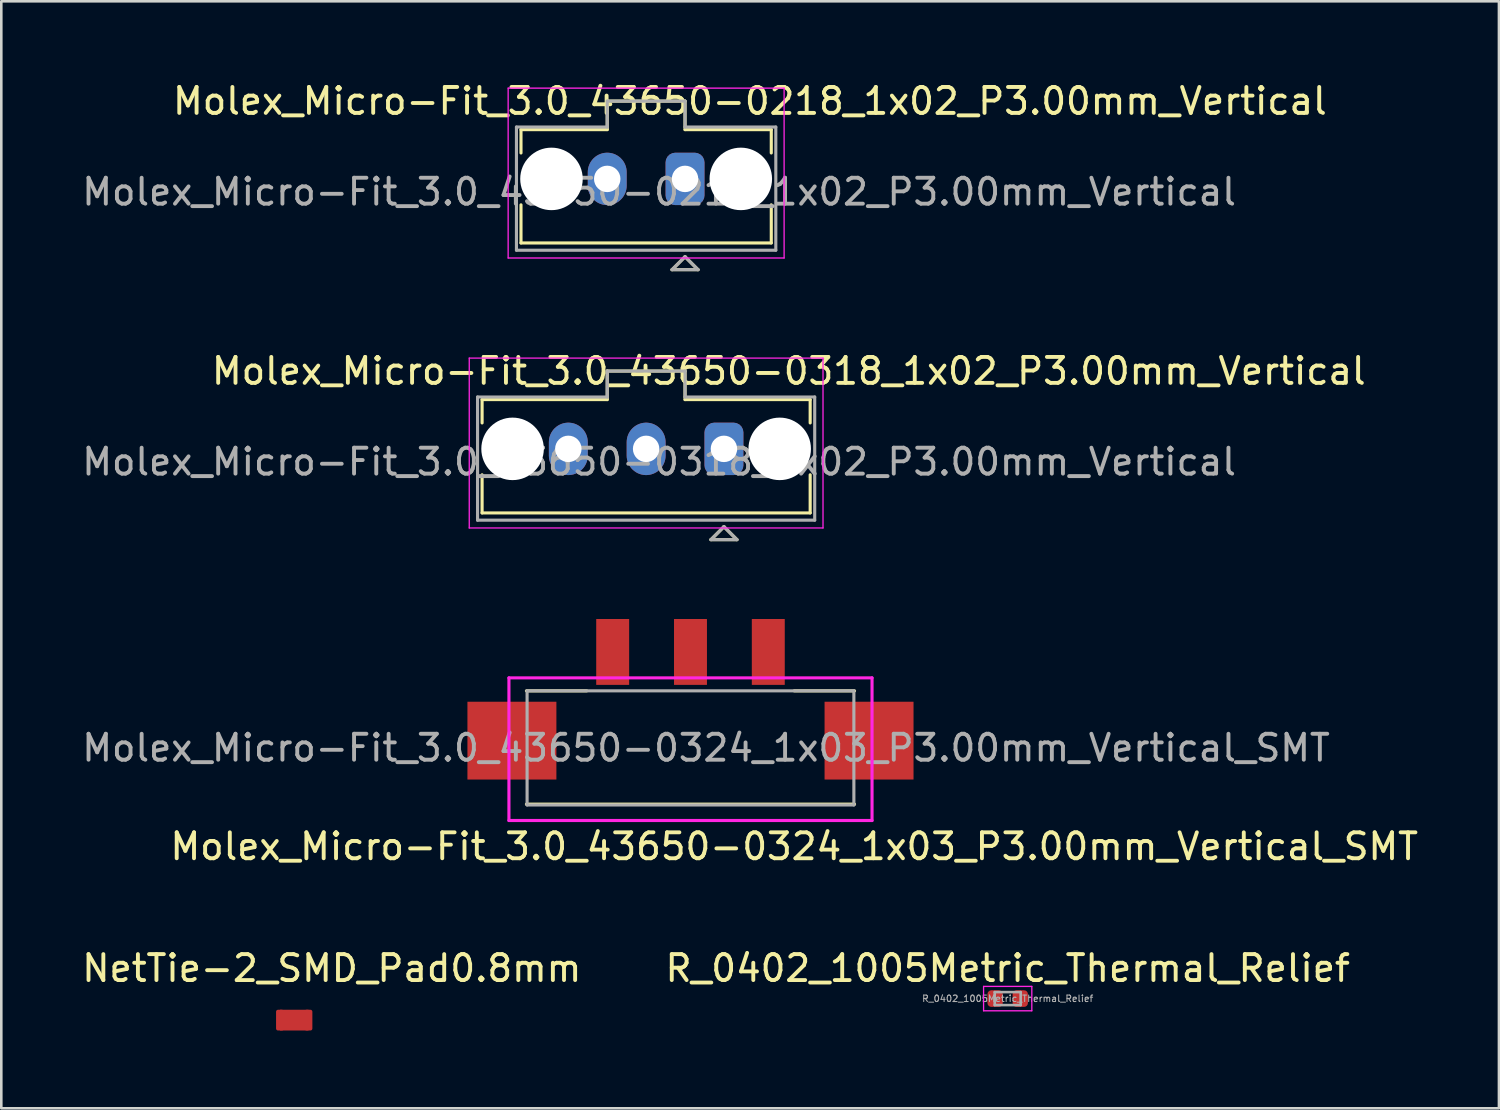
<source format=kicad_pcb>
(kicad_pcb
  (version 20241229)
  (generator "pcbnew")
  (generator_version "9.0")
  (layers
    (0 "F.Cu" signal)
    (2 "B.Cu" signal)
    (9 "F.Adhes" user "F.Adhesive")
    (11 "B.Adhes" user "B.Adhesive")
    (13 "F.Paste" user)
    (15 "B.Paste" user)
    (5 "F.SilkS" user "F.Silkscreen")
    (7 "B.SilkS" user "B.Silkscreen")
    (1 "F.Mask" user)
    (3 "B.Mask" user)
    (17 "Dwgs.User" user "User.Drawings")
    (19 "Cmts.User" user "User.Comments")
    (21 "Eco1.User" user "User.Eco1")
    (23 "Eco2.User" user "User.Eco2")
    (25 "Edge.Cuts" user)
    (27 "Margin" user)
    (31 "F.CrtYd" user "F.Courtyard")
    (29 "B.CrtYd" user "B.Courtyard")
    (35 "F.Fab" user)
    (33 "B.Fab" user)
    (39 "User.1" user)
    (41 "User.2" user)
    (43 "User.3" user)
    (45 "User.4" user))
  (footprint "NetTie-2_SMD_Pad0.8mm"
    (layer "F.Cu")
    (at 9.744 36.283)
    (property "Reference" "NetTie-2_SMD_Pad0.8mm" (at 0 -2 0) (layer "F.SilkS") (effects (font (size 1 1) (thickness 0.15))))
    (attr exclude_from_pos_files exclude_from_bom)
    (fp_poly (pts (xy -2 -0.4) (xy -0.9 -0.4) (xy -0.9 0.4) (xy -2 0.4)) (stroke (width 0) (type solid)) (fill yes) (layer "F.Cu"))
    (pad "1" smd roundrect (at -2 0 90) (size 0.8 0.3) (layers "F.Cu") (roundrect_rratio 0.25))
    (pad "2" smd roundrect (at -0.9 0 90) (size 0.8 0.3) (layers "F.Cu") (roundrect_rratio 0.25)))
  (footprint "Molex_Micro-Fit_3.0_43650-0324_1x03_P3.00mm_Vertical_SMT"
    (layer "F.Cu")
    (at 23.573 22.087)
    (property "Reference" "Molex_Micro-Fit_3.0_43650-0324_1x03_P3.00mm_Vertical_SMT" (at 4 7.5 0) (layer "F.SilkS") (effects (font (size 1 1) (thickness 0.15))))
    (attr through_hole)
    (fp_line (start -4 1.5) (end -6.325 1.5) (stroke (width 0.12) (type solid)) (layer "F.SilkS"))
    (fp_line (start 4 1.5) (end 6.325 1.5) (stroke (width 0.12) (type solid)) (layer "F.SilkS"))
    (fp_line (start 6.325 5.87) (end -6.325 5.87) (stroke (width 0.12) (type solid)) (layer "F.SilkS"))
    (fp_line (start -7 1) (end 7 1) (stroke (width 0.12) (type solid)) (layer "F.CrtYd"))
    (fp_line (start -7 6.5) (end -7 1) (stroke (width 0.12) (type solid)) (layer "F.CrtYd"))
    (fp_line (start 7 1) (end 7 6.5) (stroke (width 0.12) (type solid)) (layer "F.CrtYd"))
    (fp_line (start 7 6.5) (end -7 6.5) (stroke (width 0.12) (type solid)) (layer "F.CrtYd"))
    (fp_line (start -6.3 1.5) (end 6.3 1.5) (stroke (width 0.12) (type solid)) (layer "F.Fab"))
    (fp_line (start -6.3 5.9) (end -6.3 1.5) (stroke (width 0.12) (type solid)) (layer "F.Fab"))
    (fp_line (start 6.3 1.5) (end 6.3 5.9) (stroke (width 0.12) (type solid)) (layer "F.Fab"))
    (fp_line (start 6.3 5.9) (end -6.3 5.9) (stroke (width 0.12) (type solid)) (layer "F.Fab"))
    (fp_text user "${REFERENCE}" (at 0.6 3.7 0) (layer "F.Fab") (effects (font (size 1 1) (thickness 0.15))))
    (pad "1" smd rect (at 3 0) (size 1.27 2.54) (layers "F.Cu" "F.Mask" "F.Paste"))
    (pad "2" smd rect (at 0 0) (size 1.27 2.54) (layers "F.Cu" "F.Mask" "F.Paste"))
    (pad "3" smd rect (at -3 0) (size 1.27 2.54) (layers "F.Cu" "F.Mask" "F.Paste"))
    (pad "4" smd rect (at -6.885 3.42) (size 3.43 3) (layers "F.Cu" "F.Mask" "F.Paste"))
    (pad "4" smd rect (at 6.885 3.42) (size 3.43 3) (layers "F.Cu" "F.Mask" "F.Paste")))
  (footprint "Molex_Micro-Fit_3.0_43650-0218_1x02_P3.00mm_Vertical"
    (layer "F.Cu")
    (at 20.363 3.848)
    (property "Reference" "Molex_Micro-Fit_3.0_43650-0218_1x02_P3.00mm_Vertical" (at 5.5 -3 0) (layer "F.SilkS") (effects (font (size 1 1) (thickness 0.15))))
    (attr through_hole)
    (fp_line (start -3.325 -1.9) (end -3.325 -1) (stroke (width 0.12) (type solid)) (layer "F.SilkS"))
    (fp_line (start -3.325 -1.9) (end 0 -1.9) (stroke (width 0.12) (type solid)) (layer "F.SilkS"))
    (fp_line (start -3.325 1) (end -3.325 2.47) (stroke (width 0.12) (type solid)) (layer "F.SilkS"))
    (fp_line (start 0 -3) (end 0 -1.9) (stroke (width 0.12) (type solid)) (layer "F.SilkS"))
    (fp_line (start 2.5 3.5) (end 3 3) (stroke (width 0.12) (type solid)) (layer "F.SilkS"))
    (fp_line (start 3 -3) (end 0 -3) (stroke (width 0.12) (type solid)) (layer "F.SilkS"))
    (fp_line (start 3 -1.9) (end 3 -3) (stroke (width 0.12) (type solid)) (layer "F.SilkS"))
    (fp_line (start 3 3) (end 3.5 3.5) (stroke (width 0.12) (type solid)) (layer "F.SilkS"))
    (fp_line (start 3.5 3.5) (end 2.5 3.5) (stroke (width 0.12) (type solid)) (layer "F.SilkS"))
    (fp_line (start 6.325 -1.9) (end 3 -1.9) (stroke (width 0.12) (type solid)) (layer "F.SilkS"))
    (fp_line (start 6.325 -1.9) (end 6.325 -1) (stroke (width 0.12) (type solid)) (layer "F.SilkS"))
    (fp_line (start 6.325 1) (end 6.325 2.47) (stroke (width 0.12) (type solid)) (layer "F.SilkS"))
    (fp_line (start 6.325 2.47) (end -3.325 2.47) (stroke (width 0.12) (type solid)) (layer "F.SilkS"))
    (fp_line (start -3.82 -3.5) (end 6.82 -3.5) (stroke (width 0.05) (type solid)) (layer "F.CrtYd"))
    (fp_line (start -3.82 3.05) (end -3.82 -3.5) (stroke (width 0.05) (type solid)) (layer "F.CrtYd"))
    (fp_line (start 6.82 -3.5) (end 6.82 3.05) (stroke (width 0.05) (type solid)) (layer "F.CrtYd"))
    (fp_line (start 6.82 3.05) (end -3.82 3.05) (stroke (width 0.05) (type solid)) (layer "F.CrtYd"))
    (fp_line (start -3.5 -2) (end -3.5 2.75) (stroke (width 0.12) (type solid)) (layer "F.Fab"))
    (fp_line (start -3.5 2.75) (end 6.5 2.75) (stroke (width 0.12) (type solid)) (layer "F.Fab"))
    (fp_line (start 0 -3) (end 0 -2) (stroke (width 0.12) (type solid)) (layer "F.Fab"))
    (fp_line (start 0 -2) (end -3.5 -2) (stroke (width 0.12) (type solid)) (layer "F.Fab"))
    (fp_line (start 2.5 3.5) (end 3 3) (stroke (width 0.12) (type solid)) (layer "F.Fab"))
    (fp_line (start 3 -3) (end 0 -3) (stroke (width 0.12) (type solid)) (layer "F.Fab"))
    (fp_line (start 3 -2) (end 3 -3) (stroke (width 0.12) (type solid)) (layer "F.Fab"))
    (fp_line (start 3 3) (end 3.5 3.5) (stroke (width 0.12) (type solid)) (layer "F.Fab"))
    (fp_line (start 3.5 3.5) (end 2.5 3.5) (stroke (width 0.12) (type solid)) (layer "F.Fab"))
    (fp_line (start 6.5 -2) (end 3 -2) (stroke (width 0.12) (type solid)) (layer "F.Fab"))
    (fp_line (start 6.5 2.75) (end 6.5 -2) (stroke (width 0.12) (type solid)) (layer "F.Fab"))
    (fp_text user "${REFERENCE}" (at 2 0.5 0) (layer "F.Fab") (effects (font (size 1 1) (thickness 0.15))))
    (pad "" np_thru_hole circle (at -2.15 0) (size 2.41 2.41) (drill 2.41) (layers "*.Cu" "*.Mask"))
    (pad "" np_thru_hole circle (at 5.15 0 180) (size 2.41 2.41) (drill 2.41) (layers "*.Cu" "*.Mask"))
    (pad "1" thru_hole roundrect (at 3 0) (size 1.5 2.02) (drill 1.02) (layers "*.Cu" "*.Mask") (roundrect_rratio 0.25))
    (pad "2" thru_hole oval (at 0 0) (size 1.5 2.02) (drill 1.02) (layers "*.Cu" "*.Mask")))
  (footprint "Molex_Micro-Fit_3.0_43650-0318_1x02_P3.00mm_Vertical"
    (layer "F.Cu")
    (at 18.863 14.257)
    (property "Reference" "Molex_Micro-Fit_3.0_43650-0318_1x02_P3.00mm_Vertical" (at 8.5 -3 0) (layer "F.SilkS") (effects (font (size 1 1) (thickness 0.15))))
    (attr through_hole)
    (fp_line (start -3.325 -1.9) (end -3.325 -1) (stroke (width 0.12) (type solid)) (layer "F.SilkS"))
    (fp_line (start -3.325 -1.9) (end 1.5 -1.9) (stroke (width 0.12) (type solid)) (layer "F.SilkS"))
    (fp_line (start -3.325 1) (end -3.325 2.47) (stroke (width 0.12) (type solid)) (layer "F.SilkS"))
    (fp_line (start 1.5 -3) (end 1.5 -1.9) (stroke (width 0.12) (type solid)) (layer "F.SilkS"))
    (fp_line (start 4.5 -3) (end 1.5 -3) (stroke (width 0.12) (type solid)) (layer "F.SilkS"))
    (fp_line (start 4.5 -1.9) (end 4.5 -3) (stroke (width 0.12) (type solid)) (layer "F.SilkS"))
    (fp_line (start 5.5 3.5) (end 6 3) (stroke (width 0.12) (type solid)) (layer "F.SilkS"))
    (fp_line (start 6 3) (end 6.5 3.5) (stroke (width 0.12) (type solid)) (layer "F.SilkS"))
    (fp_line (start 6.5 3.5) (end 5.5 3.5) (stroke (width 0.12) (type solid)) (layer "F.SilkS"))
    (fp_line (start 9.325 -1.9) (end 4.5 -1.9) (stroke (width 0.12) (type solid)) (layer "F.SilkS"))
    (fp_line (start 9.325 -1.9) (end 9.325 -1) (stroke (width 0.12) (type solid)) (layer "F.SilkS"))
    (fp_line (start 9.325 1) (end 9.325 2.47) (stroke (width 0.12) (type solid)) (layer "F.SilkS"))
    (fp_line (start 9.325 2.47) (end -3.325 2.47) (stroke (width 0.12) (type solid)) (layer "F.SilkS"))
    (fp_line (start -3.82 -3.5) (end 9.82 -3.5) (stroke (width 0.05) (type solid)) (layer "F.CrtYd"))
    (fp_line (start -3.82 3.05) (end -3.82 -3.5) (stroke (width 0.05) (type solid)) (layer "F.CrtYd"))
    (fp_line (start 9.82 -3.5) (end 9.82 3.05) (stroke (width 0.05) (type solid)) (layer "F.CrtYd"))
    (fp_line (start 9.82 3.05) (end -3.82 3.05) (stroke (width 0.05) (type solid)) (layer "F.CrtYd"))
    (fp_line (start -3.5 -2) (end -3.5 2.75) (stroke (width 0.12) (type solid)) (layer "F.Fab"))
    (fp_line (start -3.5 2.75) (end 9.5 2.75) (stroke (width 0.12) (type solid)) (layer "F.Fab"))
    (fp_line (start 1.5 -3) (end 1.5 -2) (stroke (width 0.12) (type solid)) (layer "F.Fab"))
    (fp_line (start 1.5 -2) (end -3.5 -2) (stroke (width 0.12) (type solid)) (layer "F.Fab"))
    (fp_line (start 4.5 -3) (end 1.5 -3) (stroke (width 0.12) (type solid)) (layer "F.Fab"))
    (fp_line (start 4.5 -2) (end 4.5 -3) (stroke (width 0.12) (type solid)) (layer "F.Fab"))
    (fp_line (start 5.5 3.5) (end 6 3) (stroke (width 0.12) (type solid)) (layer "F.Fab"))
    (fp_line (start 6 3) (end 6.5 3.5) (stroke (width 0.12) (type solid)) (layer "F.Fab"))
    (fp_line (start 6.5 3.5) (end 5.5 3.5) (stroke (width 0.12) (type solid)) (layer "F.Fab"))
    (fp_line (start 9.5 -2) (end 4.5 -2) (stroke (width 0.12) (type solid)) (layer "F.Fab"))
    (fp_line (start 9.5 2.75) (end 9.5 -2) (stroke (width 0.12) (type solid)) (layer "F.Fab"))
    (fp_text user "${REFERENCE}" (at 3.5 0.5 0) (layer "F.Fab") (effects (font (size 1 1) (thickness 0.15))))
    (pad "" np_thru_hole circle (at -2.15 0) (size 2.41 2.41) (drill 2.41) (layers "*.Cu" "*.Mask"))
    (pad "" np_thru_hole circle (at 8.15 0 180) (size 2.41 2.41) (drill 2.41) (layers "*.Cu" "*.Mask"))
    (pad "1" thru_hole roundrect (at 6 0) (size 1.5 2.02) (drill 1.02) (layers "*.Cu" "*.Mask") (roundrect_rratio 0.25))
    (pad "2" thru_hole oval (at 3 0) (size 1.5 2.02) (drill 1.02) (layers "*.Cu" "*.Mask"))
    (pad "3" thru_hole oval (at 0 0) (size 1.5 2.02) (drill 1.02) (layers "*.Cu" "*.Mask")))
  (footprint "R_0402_1005Metric_Thermal_Relief"
    (layer "F.Cu")
    (at 35.804 35.453)
    (property "Reference" "R_0402_1005Metric_Thermal_Relief" (at 0 -1.17 0) (layer "F.SilkS") (effects (font (size 1 1) (thickness 0.15))))
    (attr smd)
    (fp_line (start -0.93 -0.47) (end 0.93 -0.47) (stroke (width 0.05) (type solid)) (layer "F.CrtYd"))
    (fp_line (start -0.93 0.47) (end -0.93 -0.47) (stroke (width 0.05) (type solid)) (layer "F.CrtYd"))
    (fp_line (start 0.93 -0.47) (end 0.93 0.47) (stroke (width 0.05) (type solid)) (layer "F.CrtYd"))
    (fp_line (start 0.93 0.47) (end -0.93 0.47) (stroke (width 0.05) (type solid)) (layer "F.CrtYd"))
    (fp_line (start -0.5 -0.25) (end 0.5 -0.25) (stroke (width 0.1) (type solid)) (layer "F.Fab"))
    (fp_line (start -0.5 0.25) (end -0.5 -0.25) (stroke (width 0.1) (type solid)) (layer "F.Fab"))
    (fp_line (start 0.5 -0.25) (end 0.5 0.25) (stroke (width 0.1) (type solid)) (layer "F.Fab"))
    (fp_line (start 0.5 0.25) (end -0.5 0.25) (stroke (width 0.1) (type solid)) (layer "F.Fab"))
    (fp_text user "${REFERENCE}" (at 0 0 0) (layer "F.Fab") (effects (font (size 0.25 0.25) (thickness 0.04))))
    (pad "1" smd roundrect (at -0.485 0) (size 0.59 0.64) (layers "F.Cu" "F.Mask" "F.Paste") (roundrect_rratio 0.25))
    (pad "2" smd roundrect (at 0.485 0) (size 0.59 0.64) (layers "F.Cu" "F.Mask" "F.Paste") (roundrect_rratio 0.25)))
  (gr_rect
    (start -3 -3)
    (end 54.745 39.683)
    (stroke (width 0.1) (type default))
    (fill no)
    (layer "Edge.Cuts")))
</source>
